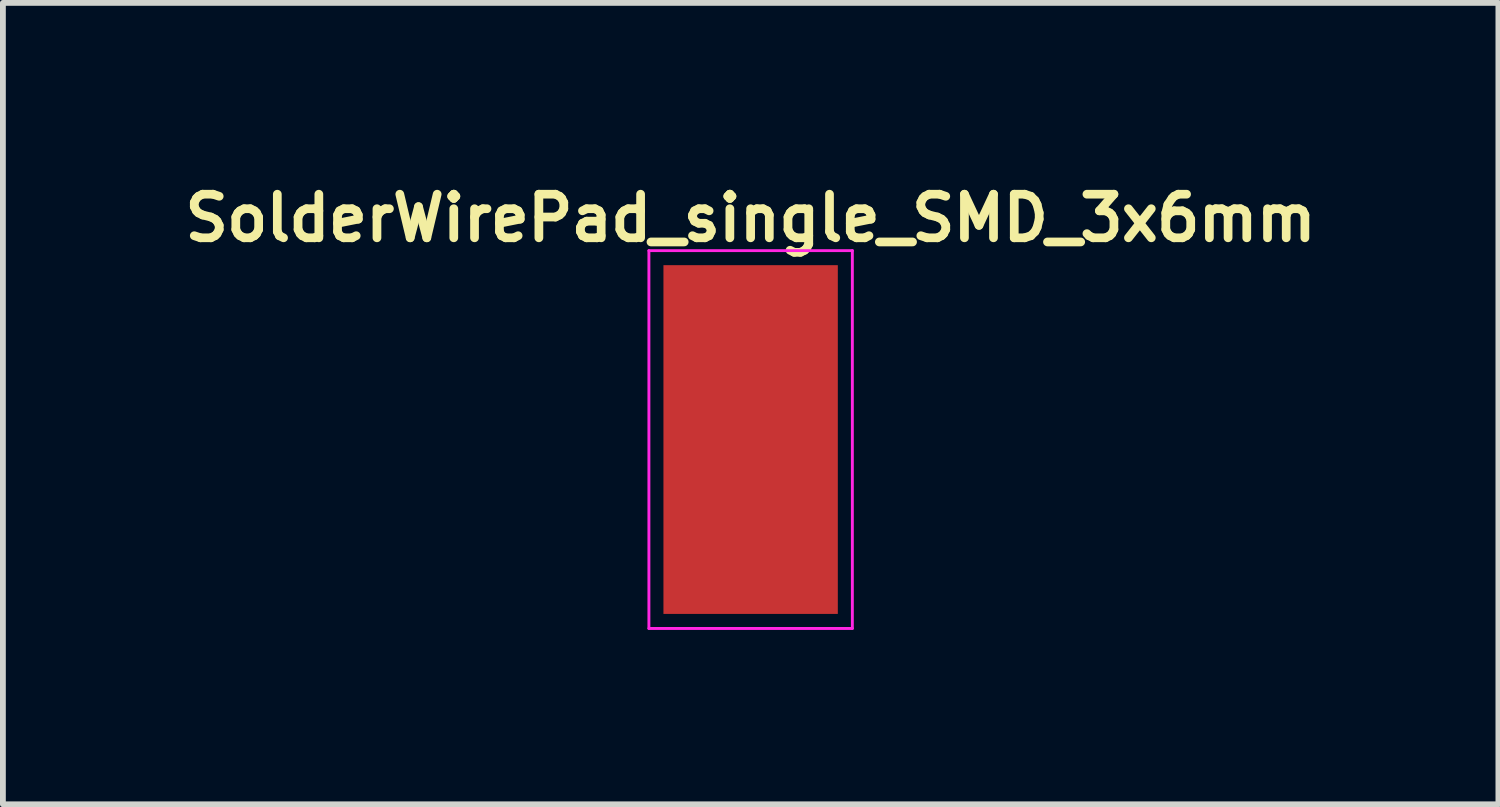
<source format=kicad_pcb>
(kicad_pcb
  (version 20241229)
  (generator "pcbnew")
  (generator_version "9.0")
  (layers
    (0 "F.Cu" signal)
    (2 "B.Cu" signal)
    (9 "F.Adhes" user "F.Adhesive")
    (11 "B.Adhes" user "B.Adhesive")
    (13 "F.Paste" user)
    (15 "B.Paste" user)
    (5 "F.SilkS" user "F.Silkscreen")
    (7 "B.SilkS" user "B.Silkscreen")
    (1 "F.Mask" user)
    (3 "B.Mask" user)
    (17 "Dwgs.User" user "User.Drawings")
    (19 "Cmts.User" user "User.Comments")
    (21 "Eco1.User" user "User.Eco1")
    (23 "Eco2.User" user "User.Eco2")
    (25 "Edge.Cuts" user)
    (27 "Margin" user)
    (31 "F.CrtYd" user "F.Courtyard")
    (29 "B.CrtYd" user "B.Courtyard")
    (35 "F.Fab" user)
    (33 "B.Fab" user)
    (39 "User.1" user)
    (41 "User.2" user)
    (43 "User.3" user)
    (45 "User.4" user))
  (footprint "SolderWirePad_single_SMD_3x6mm"
    (layer "F.Cu")
    (at 9.864 4.512)
    (property "Reference" "SolderWirePad_single_SMD_3x6mm" (at 0 -3.81 0) (layer "F.SilkS") (effects (font (size 0.75 0.75) (thickness 0.15))))
    (attr smd)
    (fp_line (start -1.75 -3.25) (end -1.75 3.25) (stroke (width 0.05) (type solid)) (layer "F.CrtYd"))
    (fp_line (start -1.75 3.25) (end 1.75 3.25) (stroke (width 0.05) (type solid)) (layer "F.CrtYd"))
    (fp_line (start 1.75 -3.25) (end -1.75 -3.25) (stroke (width 0.05) (type solid)) (layer "F.CrtYd"))
    (fp_line (start 1.75 3.25) (end 1.75 -3.25) (stroke (width 0.05) (type solid)) (layer "F.CrtYd"))
    (pad "1" smd rect (at 0 0) (size 3 6) (layers "F.Cu" "F.Mask" "F.Paste")))
  (gr_rect
    (start -3 -3)
    (end 22.729 10.787)
    (stroke (width 0.1) (type default))
    (fill no)
    (layer "Edge.Cuts")))
</source>
